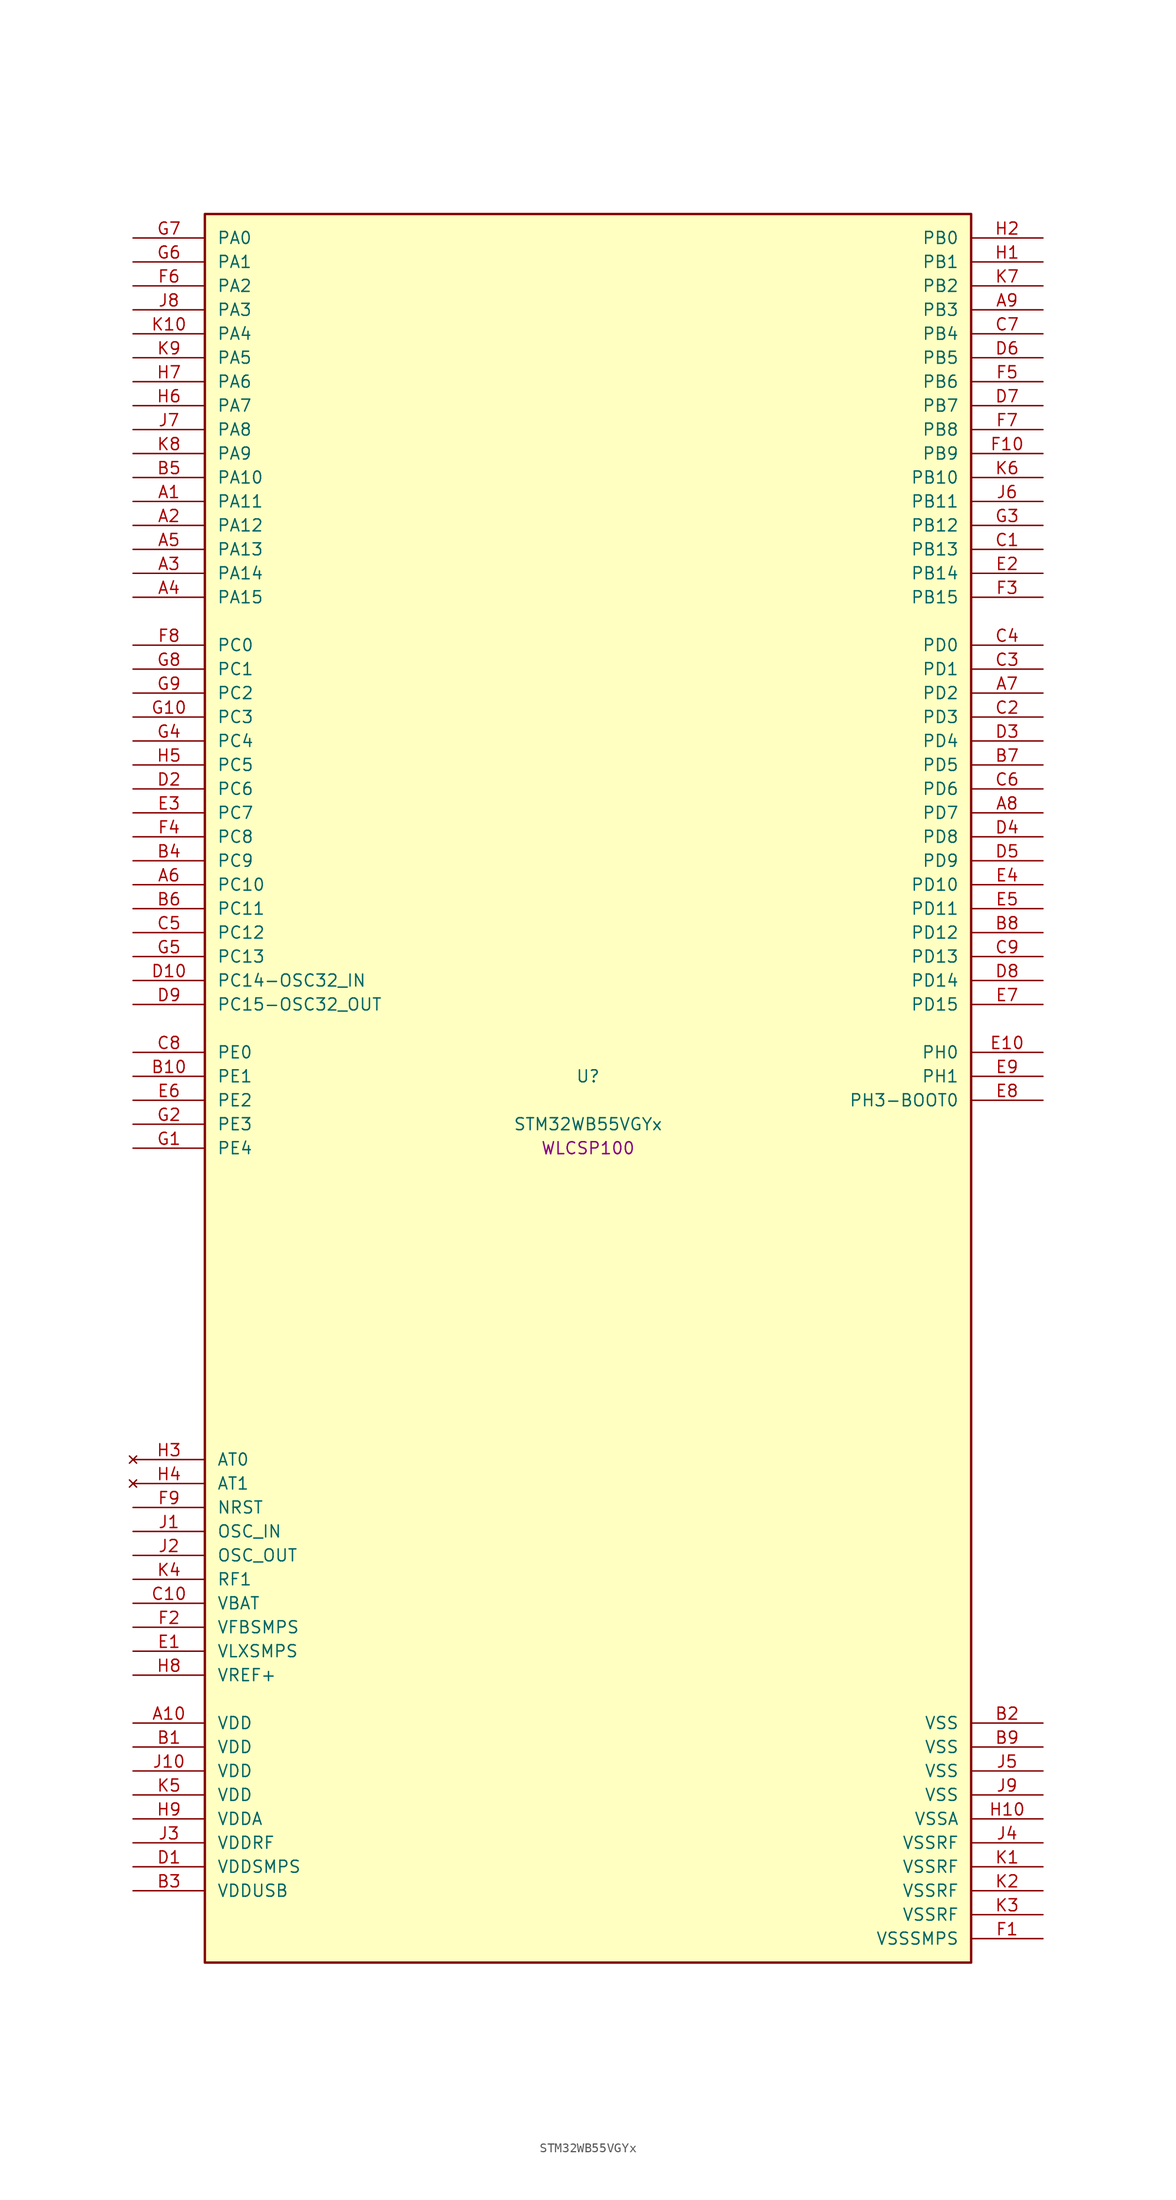
<source format=kicad_sym>
(kicad_symbol_lib
  (version 20241209)
  (generator "stm32_pkl_generator")
  (generator_version "1.0")
  (symbol "STM32WB55VGYx"
    (pin_names
      (offset 1.27))
    (property "Reference" "U"
      (at 0 2.54 0))
    (property "Value" "STM32WB55VGYx"
      (at 0 -2.54 0))
    (property "Footprint" "WLCSP100"
      (at 0 -5.08 0))
    (symbol "STM32WB55VGYx_1_1"
      (rectangle (start -40.64 93.98) (end 40.64 -91.44) (stroke (width 0.254) (type solid)) (fill (type background)))
      (pin bidirectional line (at -48.26 91.44 0) (length 7.62) (name "PA0") (number "G7") (alternate "PA0/ADC1_IN5" bidirectional line) (alternate "PA0/COMP1_INM" bidirectional line) (alternate "PA0/COMP1_OUT" bidirectional line) (alternate "PA0/RTC_TAMP2" bidirectional line) (alternate "PA0/SAI1_EXTCLK" bidirectional line) (alternate "PA0/SYS_WKUP1" bidirectional line) (alternate "PA0/TIM2_CH1" bidirectional line) (alternate "PA0/TIM2_ETR" bidirectional line))
      (pin bidirectional line (at -48.26 88.9 0) (length 7.62) (name "PA1") (number "G6") (alternate "PA1/ADC1_IN6" bidirectional line) (alternate "PA1/COMP1_INP" bidirectional line) (alternate "PA1/I2C1_SMBA" bidirectional line) (alternate "PA1/LCD_SEG0" bidirectional line) (alternate "PA1/SPI1_SCK" bidirectional line) (alternate "PA1/TIM2_CH2" bidirectional line))
      (pin bidirectional line (at -48.26 86.36 0) (length 7.62) (name "PA2") (number "F6") (alternate "PA2/ADC1_IN7" bidirectional line) (alternate "PA2/COMP2_INM" bidirectional line) (alternate "PA2/COMP2_OUT" bidirectional line) (alternate "PA2/LCD_SEG1" bidirectional line) (alternate "PA2/LPUART1_TX" bidirectional line) (alternate "PA2/QUADSPI_BK1_NCS" bidirectional line) (alternate "PA2/RCC_LSCO" bidirectional line) (alternate "PA2/SYS_WKUP4" bidirectional line) (alternate "PA2/TIM2_CH3" bidirectional line))
      (pin bidirectional line (at -48.26 83.82 0) (length 7.62) (name "PA3") (number "J8") (alternate "PA3/ADC1_IN8" bidirectional line) (alternate "PA3/COMP2_INP" bidirectional line) (alternate "PA3/LCD_SEG2" bidirectional line) (alternate "PA3/LPUART1_RX" bidirectional line) (alternate "PA3/QUADSPI_CLK" bidirectional line) (alternate "PA3/SAI1_CK1" bidirectional line) (alternate "PA3/SAI1_MCLK_A" bidirectional line) (alternate "PA3/TIM2_CH4" bidirectional line))
      (pin bidirectional line (at -48.26 81.28 0) (length 7.62) (name "PA4") (number "K10") (alternate "PA4/ADC1_IN9" bidirectional line) (alternate "PA4/COMP1_INM" bidirectional line) (alternate "PA4/COMP2_INM" bidirectional line) (alternate "PA4/LCD_SEG5" bidirectional line) (alternate "PA4/LPTIM2_OUT" bidirectional line) (alternate "PA4/SAI1_FS_B" bidirectional line) (alternate "PA4/SPI1_NSS" bidirectional line))
      (pin bidirectional line (at -48.26 78.74 0) (length 7.62) (name "PA5") (number "K9") (alternate "PA5/ADC1_IN10" bidirectional line) (alternate "PA5/COMP1_INM" bidirectional line) (alternate "PA5/COMP2_INM" bidirectional line) (alternate "PA5/LPTIM2_ETR" bidirectional line) (alternate "PA5/SAI1_SD_B" bidirectional line) (alternate "PA5/SPI1_SCK" bidirectional line) (alternate "PA5/TIM2_CH1" bidirectional line) (alternate "PA5/TIM2_ETR" bidirectional line))
      (pin bidirectional line (at -48.26 76.2 0) (length 7.62) (name "PA6") (number "H7") (alternate "PA6/ADC1_IN11" bidirectional line) (alternate "PA6/LCD_SEG3" bidirectional line) (alternate "PA6/LPUART1_CTS" bidirectional line) (alternate "PA6/QUADSPI_BK1_IO3" bidirectional line) (alternate "PA6/SPI1_MISO" bidirectional line) (alternate "PA6/TIM16_CH1" bidirectional line) (alternate "PA6/TIM1_BKIN" bidirectional line))
      (pin bidirectional line (at -48.26 73.66 0) (length 7.62) (name "PA7") (number "H6") (alternate "PA7/ADC1_IN12" bidirectional line) (alternate "PA7/COMP2_OUT" bidirectional line) (alternate "PA7/I2C3_SCL" bidirectional line) (alternate "PA7/LCD_SEG4" bidirectional line) (alternate "PA7/QUADSPI_BK1_IO2" bidirectional line) (alternate "PA7/SPI1_MOSI" bidirectional line) (alternate "PA7/TIM17_CH1" bidirectional line) (alternate "PA7/TIM1_CH1N" bidirectional line))
      (pin bidirectional line (at -48.26 71.12 0) (length 7.62) (name "PA8") (number "J7") (alternate "PA8/ADC1_IN15" bidirectional line) (alternate "PA8/LCD_COM0" bidirectional line) (alternate "PA8/LPTIM2_OUT" bidirectional line) (alternate "PA8/RCC_MCO" bidirectional line) (alternate "PA8/SAI1_CK2" bidirectional line) (alternate "PA8/SAI1_SCK_A" bidirectional line) (alternate "PA8/TIM1_CH1" bidirectional line) (alternate "PA8/USART1_CK" bidirectional line))
      (pin bidirectional line (at -48.26 68.58 0) (length 7.62) (name "PA9") (number "K8") (alternate "PA9/ADC1_IN16" bidirectional line) (alternate "PA9/COMP1_INM" bidirectional line) (alternate "PA9/I2C1_SCL" bidirectional line) (alternate "PA9/LCD_COM1" bidirectional line) (alternate "PA9/SAI1_D2" bidirectional line) (alternate "PA9/SAI1_FS_A" bidirectional line) (alternate "PA9/SPI2_SCK" bidirectional line) (alternate "PA9/TIM1_CH2" bidirectional line) (alternate "PA9/USART1_TX" bidirectional line))
      (pin bidirectional line (at -48.26 66.04 0) (length 7.62) (name "PA10") (number "B5") (alternate "PA10/CRS_SYNC" bidirectional line) (alternate "PA10/I2C1_SDA" bidirectional line) (alternate "PA10/LCD_COM2" bidirectional line) (alternate "PA10/SAI1_D1" bidirectional line) (alternate "PA10/SAI1_SD_A" bidirectional line) (alternate "PA10/TIM17_BKIN" bidirectional line) (alternate "PA10/TIM1_CH3" bidirectional line) (alternate "PA10/USART1_RX" bidirectional line))
      (pin bidirectional line (at -48.26 63.5 0) (length 7.62) (name "PA11") (number "A1") (alternate "PA11/ADC1_EXTI11" bidirectional line) (alternate "PA11/SPI1_MISO" bidirectional line) (alternate "PA11/TIM1_BKIN2" bidirectional line) (alternate "PA11/TIM1_CH4" bidirectional line) (alternate "PA11/USART1_CTS" bidirectional line) (alternate "PA11/USART1_NSS" bidirectional line) (alternate "PA11/USB_DM" bidirectional line))
      (pin bidirectional line (at -48.26 60.96 0) (length 7.62) (name "PA12") (number "A2") (alternate "PA12/LPUART1_RX" bidirectional line) (alternate "PA12/SPI1_MOSI" bidirectional line) (alternate "PA12/TIM1_ETR" bidirectional line) (alternate "PA12/USART1_DE" bidirectional line) (alternate "PA12/USART1_RTS" bidirectional line) (alternate "PA12/USB_DP" bidirectional line))
      (pin bidirectional line (at -48.26 58.42 0) (length 7.62) (name "PA13") (number "A5") (alternate "PA13/IR_OUT" bidirectional line) (alternate "PA13/SAI1_SD_B" bidirectional line) (alternate "PA13/SYS_JTMS-SWDIO" bidirectional line) (alternate "PA13/USB_NOE" bidirectional line))
      (pin bidirectional line (at -48.26 55.88 0) (length 7.62) (name "PA14") (number "A3") (alternate "PA14/I2C1_SMBA" bidirectional line) (alternate "PA14/LCD_SEG5" bidirectional line) (alternate "PA14/LPTIM1_OUT" bidirectional line) (alternate "PA14/SAI1_FS_B" bidirectional line) (alternate "PA14/SYS_JTCK-SWCLK" bidirectional line))
      (pin bidirectional line (at -48.26 53.34 0) (length 7.62) (name "PA15") (number "A4") (alternate "PA15/ADC1_EXTI15" bidirectional line) (alternate "PA15/LCD_SEG17" bidirectional line) (alternate "PA15/RCC_MCO" bidirectional line) (alternate "PA15/SPI1_NSS" bidirectional line) (alternate "PA15/SYS_JTDI" bidirectional line) (alternate "PA15/TIM2_CH1" bidirectional line) (alternate "PA15/TIM2_ETR" bidirectional line) (alternate "PA15/TSC_G3_IO1" bidirectional line))
      (pin bidirectional line (at 48.26 91.44 180) (length 7.62) (name "PB0") (number "H2") (alternate "PB0/COMP1_OUT" bidirectional line) (alternate "PB0/RF_TX_MOD_EXT_PA" bidirectional line))
      (pin bidirectional line (at 48.26 88.9 180) (length 7.62) (name "PB1") (number "H1") (alternate "PB1/LPTIM2_IN1" bidirectional line) (alternate "PB1/LPUART1_DE" bidirectional line) (alternate "PB1/LPUART1_RTS" bidirectional line))
      (pin bidirectional line (at 48.26 86.36 180) (length 7.62) (name "PB2") (number "K7") (alternate "PB2/COMP1_INP" bidirectional line) (alternate "PB2/I2C3_SMBA" bidirectional line) (alternate "PB2/LCD_VLCD" bidirectional line) (alternate "PB2/LPTIM1_OUT" bidirectional line) (alternate "PB2/RTC_OUT2" bidirectional line) (alternate "PB2/SAI1_EXTCLK" bidirectional line) (alternate "PB2/SPI1_NSS" bidirectional line))
      (pin bidirectional line (at 48.26 83.82 180) (length 7.62) (name "PB3") (number "A9") (alternate "PB3/COMP2_INM" bidirectional line) (alternate "PB3/LCD_SEG7" bidirectional line) (alternate "PB3/SAI1_SCK_B" bidirectional line) (alternate "PB3/SPI1_SCK" bidirectional line) (alternate "PB3/SYS_JTDO-SWO" bidirectional line) (alternate "PB3/TIM2_CH2" bidirectional line) (alternate "PB3/USART1_DE" bidirectional line) (alternate "PB3/USART1_RTS" bidirectional line))
      (pin bidirectional line (at 48.26 81.28 180) (length 7.62) (name "PB4") (number "C7") (alternate "PB4/COMP2_INP" bidirectional line) (alternate "PB4/I2C3_SDA" bidirectional line) (alternate "PB4/LCD_SEG8" bidirectional line) (alternate "PB4/SAI1_MCLK_B" bidirectional line) (alternate "PB4/SPI1_MISO" bidirectional line) (alternate "PB4/SYS_JTRST" bidirectional line) (alternate "PB4/TIM17_BKIN" bidirectional line) (alternate "PB4/TSC_G2_IO1" bidirectional line) (alternate "PB4/USART1_CTS" bidirectional line) (alternate "PB4/USART1_NSS" bidirectional line))
      (pin bidirectional line (at 48.26 78.74 180) (length 7.62) (name "PB5") (number "D6") (alternate "PB5/COMP2_OUT" bidirectional line) (alternate "PB5/I2C1_SMBA" bidirectional line) (alternate "PB5/LCD_SEG9" bidirectional line) (alternate "PB5/LPTIM1_IN1" bidirectional line) (alternate "PB5/LPUART1_TX" bidirectional line) (alternate "PB5/SAI1_SD_B" bidirectional line) (alternate "PB5/SPI1_MOSI" bidirectional line) (alternate "PB5/TIM16_BKIN" bidirectional line) (alternate "PB5/TSC_G2_IO2" bidirectional line) (alternate "PB5/USART1_CK" bidirectional line))
      (pin bidirectional line (at 48.26 76.2 180) (length 7.62) (name "PB6") (number "F5") (alternate "PB6/COMP2_INP" bidirectional line) (alternate "PB6/I2C1_SCL" bidirectional line) (alternate "PB6/LCD_SEG6" bidirectional line) (alternate "PB6/LPTIM1_ETR" bidirectional line) (alternate "PB6/RCC_MCO" bidirectional line) (alternate "PB6/SAI1_FS_B" bidirectional line) (alternate "PB6/TIM16_CH1N" bidirectional line) (alternate "PB6/TSC_G2_IO3" bidirectional line) (alternate "PB6/USART1_TX" bidirectional line))
      (pin bidirectional line (at 48.26 73.66 180) (length 7.62) (name "PB7") (number "D7") (alternate "PB7/COMP2_INM" bidirectional line) (alternate "PB7/I2C1_SDA" bidirectional line) (alternate "PB7/LCD_SEG21" bidirectional line) (alternate "PB7/LPTIM1_IN2" bidirectional line) (alternate "PB7/SYS_PVD_IN" bidirectional line) (alternate "PB7/TIM17_CH1N" bidirectional line) (alternate "PB7/TIM1_BKIN" bidirectional line) (alternate "PB7/TSC_G2_IO4" bidirectional line) (alternate "PB7/USART1_RX" bidirectional line))
      (pin bidirectional line (at 48.26 71.12 180) (length 7.62) (name "PB8") (number "F7") (alternate "PB8/I2C1_SCL" bidirectional line) (alternate "PB8/LCD_SEG16" bidirectional line) (alternate "PB8/QUADSPI_BK1_IO1" bidirectional line) (alternate "PB8/SAI1_CK1" bidirectional line) (alternate "PB8/SAI1_MCLK_A" bidirectional line) (alternate "PB8/TIM16_CH1" bidirectional line) (alternate "PB8/TIM1_CH2N" bidirectional line))
      (pin bidirectional line (at 48.26 68.58 180) (length 7.62) (name "PB9") (number "F10") (alternate "PB9/I2C1_SDA" bidirectional line) (alternate "PB9/IR_OUT" bidirectional line) (alternate "PB9/LCD_COM3" bidirectional line) (alternate "PB9/QUADSPI_BK1_IO0" bidirectional line) (alternate "PB9/SAI1_D2" bidirectional line) (alternate "PB9/SAI1_FS_A" bidirectional line) (alternate "PB9/SPI2_NSS" bidirectional line) (alternate "PB9/TIM17_CH1" bidirectional line) (alternate "PB9/TIM1_CH3N" bidirectional line) (alternate "PB9/TSC_G7_IO4" bidirectional line))
      (pin bidirectional line (at 48.26 66.04 180) (length 7.62) (name "PB10") (number "K6") (alternate "PB10/COMP1_OUT" bidirectional line) (alternate "PB10/I2C3_SCL" bidirectional line) (alternate "PB10/LCD_SEG10" bidirectional line) (alternate "PB10/LPUART1_RX" bidirectional line) (alternate "PB10/QUADSPI_CLK" bidirectional line) (alternate "PB10/SAI1_SCK_A" bidirectional line) (alternate "PB10/SPI2_SCK" bidirectional line) (alternate "PB10/TIM2_CH3" bidirectional line) (alternate "PB10/TSC_SYNC" bidirectional line))
      (pin bidirectional line (at 48.26 63.5 180) (length 7.62) (name "PB11") (number "J6") (alternate "PB11/ADC1_EXTI11" bidirectional line) (alternate "PB11/COMP2_OUT" bidirectional line) (alternate "PB11/I2C3_SDA" bidirectional line) (alternate "PB11/LCD_SEG11" bidirectional line) (alternate "PB11/LPUART1_TX" bidirectional line) (alternate "PB11/QUADSPI_BK1_NCS" bidirectional line) (alternate "PB11/TIM2_CH4" bidirectional line))
      (pin bidirectional line (at 48.26 60.96 180) (length 7.62) (name "PB12") (number "G3") (alternate "PB12/I2C3_SMBA" bidirectional line) (alternate "PB12/LCD_SEG12" bidirectional line) (alternate "PB12/LPUART1_DE" bidirectional line) (alternate "PB12/LPUART1_RTS" bidirectional line) (alternate "PB12/SAI1_FS_A" bidirectional line) (alternate "PB12/SPI2_NSS" bidirectional line) (alternate "PB12/TIM1_BKIN" bidirectional line) (alternate "PB12/TSC_G1_IO1" bidirectional line))
      (pin bidirectional line (at 48.26 58.42 180) (length 7.62) (name "PB13") (number "C1") (alternate "PB13/I2C3_SCL" bidirectional line) (alternate "PB13/LCD_SEG13" bidirectional line) (alternate "PB13/LPUART1_CTS" bidirectional line) (alternate "PB13/SAI1_SCK_A" bidirectional line) (alternate "PB13/SPI2_SCK" bidirectional line) (alternate "PB13/TIM1_CH1N" bidirectional line) (alternate "PB13/TSC_G1_IO2" bidirectional line))
      (pin bidirectional line (at 48.26 55.88 180) (length 7.62) (name "PB14") (number "E2") (alternate "PB14/I2C3_SDA" bidirectional line) (alternate "PB14/LCD_SEG14" bidirectional line) (alternate "PB14/SAI1_MCLK_A" bidirectional line) (alternate "PB14/SPI2_MISO" bidirectional line) (alternate "PB14/TIM1_CH2N" bidirectional line) (alternate "PB14/TSC_G1_IO3" bidirectional line))
      (pin bidirectional line (at 48.26 53.34 180) (length 7.62) (name "PB15") (number "F3") (alternate "PB15/ADC1_EXTI15" bidirectional line) (alternate "PB15/LCD_SEG15" bidirectional line) (alternate "PB15/RTC_REFIN" bidirectional line) (alternate "PB15/SAI1_SD_A" bidirectional line) (alternate "PB15/SPI2_MOSI" bidirectional line) (alternate "PB15/TIM1_CH3N" bidirectional line) (alternate "PB15/TSC_G1_IO4" bidirectional line))
      (pin bidirectional line (at -48.26 48.26 0) (length 7.62) (name "PC0") (number "F8") (alternate "PC0/ADC1_IN1" bidirectional line) (alternate "PC0/I2C3_SCL" bidirectional line) (alternate "PC0/LCD_SEG18" bidirectional line) (alternate "PC0/LPTIM1_IN1" bidirectional line) (alternate "PC0/LPTIM2_IN1" bidirectional line) (alternate "PC0/LPUART1_RX" bidirectional line))
      (pin bidirectional line (at -48.26 45.72 0) (length 7.62) (name "PC1") (number "G8") (alternate "PC1/ADC1_IN2" bidirectional line) (alternate "PC1/I2C3_SDA" bidirectional line) (alternate "PC1/LCD_SEG19" bidirectional line) (alternate "PC1/LPTIM1_OUT" bidirectional line) (alternate "PC1/LPUART1_TX" bidirectional line) (alternate "PC1/SPI2_MOSI" bidirectional line))
      (pin bidirectional line (at -48.26 43.18 0) (length 7.62) (name "PC2") (number "G9") (alternate "PC2/ADC1_IN3" bidirectional line) (alternate "PC2/LCD_SEG20" bidirectional line) (alternate "PC2/LPTIM1_IN2" bidirectional line) (alternate "PC2/SPI2_MISO" bidirectional line))
      (pin bidirectional line (at -48.26 40.64 0) (length 7.62) (name "PC3") (number "G10") (alternate "PC3/ADC1_IN4" bidirectional line) (alternate "PC3/LCD_VLCD" bidirectional line) (alternate "PC3/LPTIM1_ETR" bidirectional line) (alternate "PC3/LPTIM2_ETR" bidirectional line) (alternate "PC3/SAI1_D1" bidirectional line) (alternate "PC3/SAI1_SD_A" bidirectional line) (alternate "PC3/SPI2_MOSI" bidirectional line))
      (pin bidirectional line (at -48.26 38.1 0) (length 7.62) (name "PC4") (number "G4") (alternate "PC4/ADC1_IN13" bidirectional line) (alternate "PC4/COMP1_INM" bidirectional line) (alternate "PC4/LCD_SEG22" bidirectional line))
      (pin bidirectional line (at -48.26 35.56 0) (length 7.62) (name "PC5") (number "H5") (alternate "PC5/ADC1_IN14" bidirectional line) (alternate "PC5/COMP1_INP" bidirectional line) (alternate "PC5/LCD_SEG23" bidirectional line) (alternate "PC5/SAI1_D3" bidirectional line) (alternate "PC5/SYS_WKUP5" bidirectional line))
      (pin bidirectional line (at -48.26 33.02 0) (length 7.62) (name "PC6") (number "D2") (alternate "PC6/LCD_SEG24" bidirectional line) (alternate "PC6/TSC_G4_IO1" bidirectional line))
      (pin bidirectional line (at -48.26 30.48 0) (length 7.62) (name "PC7") (number "E3") (alternate "PC7/LCD_SEG25" bidirectional line) (alternate "PC7/TSC_G4_IO2" bidirectional line))
      (pin bidirectional line (at -48.26 27.94 0) (length 7.62) (name "PC8") (number "F4") (alternate "PC8/LCD_SEG26" bidirectional line) (alternate "PC8/TSC_G4_IO3" bidirectional line))
      (pin bidirectional line (at -48.26 25.4 0) (length 7.62) (name "PC9") (number "B4") (alternate "PC9/LCD_SEG27" bidirectional line) (alternate "PC9/SAI1_SCK_B" bidirectional line) (alternate "PC9/TIM1_BKIN" bidirectional line) (alternate "PC9/TSC_G4_IO4" bidirectional line) (alternate "PC9/USB_NOE" bidirectional line))
      (pin bidirectional line (at -48.26 22.86 0) (length 7.62) (name "PC10") (number "A6") (alternate "PC10/LCD_COM4" bidirectional line) (alternate "PC10/LCD_SEG28" bidirectional line) (alternate "PC10/LCD_SEG40" bidirectional line) (alternate "PC10/SYS_TRACED1" bidirectional line) (alternate "PC10/TSC_G3_IO2" bidirectional line))
      (pin bidirectional line (at -48.26 20.32 0) (length 7.62) (name "PC11") (number "B6") (alternate "PC11/ADC1_EXTI11" bidirectional line) (alternate "PC11/LCD_COM5" bidirectional line) (alternate "PC11/LCD_SEG29" bidirectional line) (alternate "PC11/LCD_SEG41" bidirectional line) (alternate "PC11/TSC_G3_IO3" bidirectional line))
      (pin bidirectional line (at -48.26 17.78 0) (length 7.62) (name "PC12") (number "C5") (alternate "PC12/LCD_COM6" bidirectional line) (alternate "PC12/LCD_SEG30" bidirectional line) (alternate "PC12/LCD_SEG42" bidirectional line) (alternate "PC12/RCC_LSCO" bidirectional line) (alternate "PC12/RTC_TAMP3" bidirectional line) (alternate "PC12/SYS_TRACED3" bidirectional line) (alternate "PC12/SYS_WKUP3" bidirectional line) (alternate "PC12/TSC_G3_IO4" bidirectional line))
      (pin bidirectional line (at -48.26 15.24 0) (length 7.62) (name "PC13") (number "G5") (alternate "PC13/RTC_OUT1" bidirectional line) (alternate "PC13/RTC_TAMP1" bidirectional line) (alternate "PC13/RTC_TS" bidirectional line) (alternate "PC13/SYS_WKUP2" bidirectional line))
      (pin bidirectional line (at -48.26 12.7 0) (length 7.62) (name "PC14-OSC32_IN") (number "D10") (alternate "PC14-OSC32_IN/RCC_OSC32_IN" bidirectional line))
      (pin bidirectional line (at -48.26 10.16 0) (length 7.62) (name "PC15-OSC32_OUT") (number "D9") (alternate "PC15-OSC32_OUT/ADC1_EXTI15" bidirectional line) (alternate "PC15-OSC32_OUT/RCC_OSC32_OUT" bidirectional line))
      (pin bidirectional line (at 48.26 48.26 180) (length 7.62) (name "PD0") (number "C4") (alternate "PD0/SPI2_NSS" bidirectional line))
      (pin bidirectional line (at 48.26 45.72 180) (length 7.62) (name "PD1") (number "C3") (alternate "PD1/SPI2_SCK" bidirectional line))
      (pin bidirectional line (at 48.26 43.18 180) (length 7.62) (name "PD2") (number "A7") (alternate "PD2/LCD_COM7" bidirectional line) (alternate "PD2/LCD_SEG31" bidirectional line) (alternate "PD2/LCD_SEG43" bidirectional line) (alternate "PD2/SYS_TRACED2" bidirectional line) (alternate "PD2/TSC_SYNC" bidirectional line))
      (pin bidirectional line (at 48.26 40.64 180) (length 7.62) (name "PD3") (number "C2") (alternate "PD3/QUADSPI_BK1_NCS" bidirectional line) (alternate "PD3/SPI2_MISO" bidirectional line) (alternate "PD3/SPI2_SCK" bidirectional line))
      (pin bidirectional line (at 48.26 38.1 180) (length 7.62) (name "PD4") (number "D3") (alternate "PD4/QUADSPI_BK1_IO0" bidirectional line) (alternate "PD4/SPI2_MOSI" bidirectional line) (alternate "PD4/TSC_G5_IO1" bidirectional line))
      (pin bidirectional line (at 48.26 35.56 180) (length 7.62) (name "PD5") (number "B7") (alternate "PD5/QUADSPI_BK1_IO1" bidirectional line) (alternate "PD5/SAI1_MCLK_B" bidirectional line) (alternate "PD5/TSC_G5_IO2" bidirectional line))
      (pin bidirectional line (at 48.26 33.02 180) (length 7.62) (name "PD6") (number "C6") (alternate "PD6/QUADSPI_BK1_IO2" bidirectional line) (alternate "PD6/SAI1_D1" bidirectional line) (alternate "PD6/SAI1_SD_A" bidirectional line) (alternate "PD6/TSC_G5_IO3" bidirectional line))
      (pin bidirectional line (at 48.26 30.48 180) (length 7.62) (name "PD7") (number "A8") (alternate "PD7/LCD_SEG39" bidirectional line) (alternate "PD7/QUADSPI_BK1_IO3" bidirectional line) (alternate "PD7/TSC_G5_IO4" bidirectional line))
      (pin bidirectional line (at 48.26 27.94 180) (length 7.62) (name "PD8") (number "D4") (alternate "PD8/LCD_SEG28" bidirectional line) (alternate "PD8/TIM1_BKIN2" bidirectional line))
      (pin bidirectional line (at 48.26 25.4 180) (length 7.62) (name "PD9") (number "D5") (alternate "PD9/LCD_SEG29" bidirectional line) (alternate "PD9/SYS_TRACED0" bidirectional line))
      (pin bidirectional line (at 48.26 22.86 180) (length 7.62) (name "PD10") (number "E4") (alternate "PD10/LCD_SEG30" bidirectional line) (alternate "PD10/SYS_TRIG_INOUT" bidirectional line) (alternate "PD10/TSC_G6_IO1" bidirectional line))
      (pin bidirectional line (at 48.26 20.32 180) (length 7.62) (name "PD11") (number "E5") (alternate "PD11/ADC1_EXTI11" bidirectional line) (alternate "PD11/LCD_SEG31" bidirectional line) (alternate "PD11/LPTIM2_ETR" bidirectional line) (alternate "PD11/TSC_G6_IO2" bidirectional line))
      (pin bidirectional line (at 48.26 17.78 180) (length 7.62) (name "PD12") (number "B8") (alternate "PD12/LCD_SEG32" bidirectional line) (alternate "PD12/LPTIM2_IN1" bidirectional line) (alternate "PD12/TSC_G6_IO3" bidirectional line))
      (pin bidirectional line (at 48.26 15.24 180) (length 7.62) (name "PD13") (number "C9") (alternate "PD13/LCD_SEG33" bidirectional line) (alternate "PD13/LPTIM2_OUT" bidirectional line) (alternate "PD13/TSC_G6_IO4" bidirectional line))
      (pin bidirectional line (at 48.26 12.7 180) (length 7.62) (name "PD14") (number "D8") (alternate "PD14/LCD_SEG34" bidirectional line) (alternate "PD14/TIM1_CH1" bidirectional line))
      (pin bidirectional line (at 48.26 10.16 180) (length 7.62) (name "PD15") (number "E7") (alternate "PD15/ADC1_EXTI15" bidirectional line) (alternate "PD15/LCD_SEG35" bidirectional line) (alternate "PD15/TIM1_CH2" bidirectional line))
      (pin bidirectional line (at -48.26 5.08 0) (length 7.62) (name "PE0") (number "C8") (alternate "PE0/LCD_SEG36" bidirectional line) (alternate "PE0/TIM16_CH1" bidirectional line) (alternate "PE0/TIM1_ETR" bidirectional line) (alternate "PE0/TSC_G7_IO3" bidirectional line))
      (pin bidirectional line (at -48.26 2.54 0) (length 7.62) (name "PE1") (number "B10") (alternate "PE1/LCD_SEG37" bidirectional line) (alternate "PE1/TIM17_CH1" bidirectional line) (alternate "PE1/TSC_G7_IO2" bidirectional line))
      (pin bidirectional line (at -48.26 0 0) (length 7.62) (name "PE2") (number "E6") (alternate "PE2/LCD_SEG38" bidirectional line) (alternate "PE2/SAI1_CK1" bidirectional line) (alternate "PE2/SAI1_MCLK_A" bidirectional line) (alternate "PE2/SYS_TRACECLK" bidirectional line) (alternate "PE2/TSC_G7_IO1" bidirectional line))
      (pin bidirectional line (at -48.26 -2.54 0) (length 7.62) (name "PE3") (number "G2"))
      (pin bidirectional line (at -48.26 -5.08 0) (length 7.62) (name "PE4") (number "G1"))
      (pin bidirectional line (at 48.26 5.08 180) (length 7.62) (name "PH0") (number "E10"))
      (pin bidirectional line (at 48.26 2.54 180) (length 7.62) (name "PH1") (number "E9"))
      (pin bidirectional line (at 48.26 0 180) (length 7.62) (name "PH3-BOOT0") (number "E8") (alternate "PH3-BOOT0/RCC_LSCO" bidirectional line))
      (pin no_connect line (at -48.26 -38.1 0) (length 7.62) (name "AT0") (number "H3"))
      (pin no_connect line (at -48.26 -40.64 0) (length 7.62) (name "AT1") (number "H4"))
      (pin input line (at -48.26 -43.18 0) (length 7.62) (name "NRST") (number "F9"))
      (pin bidirectional line (at -48.26 -45.72 0) (length 7.62) (name "OSC_IN") (number "J1") (alternate "OSC_IN/RCC_OSC_IN" bidirectional line))
      (pin bidirectional line (at -48.26 -48.26 0) (length 7.62) (name "OSC_OUT") (number "J2") (alternate "OSC_OUT/RCC_OSC_OUT" bidirectional line))
      (pin bidirectional line (at -48.26 -50.8 0) (length 7.62) (name "RF1") (number "K4") (alternate "RF1/RF_RF1" bidirectional line))
      (pin power_in line (at -48.26 -53.34 0) (length 7.62) (name "VBAT") (number "C10"))
      (pin power_in line (at -48.26 -55.88 0) (length 7.62) (name "VFBSMPS") (number "F2"))
      (pin power_in line (at -48.26 -58.42 0) (length 7.62) (name "VLXSMPS") (number "E1"))
      (pin bidirectional line (at -48.26 -60.96 0) (length 7.62) (name "VREF+") (number "H8") (alternate "VREF+/VREFBUF_OUT" bidirectional line))
      (pin power_in line (at -48.26 -66.04 0) (length 7.62) (name "VDD") (number "A10"))
      (pin power_in line (at -48.26 -68.58 0) (length 7.62) (name "VDD") (number "B1"))
      (pin power_in line (at -48.26 -71.12 0) (length 7.62) (name "VDD") (number "J10"))
      (pin power_in line (at -48.26 -73.66 0) (length 7.62) (name "VDD") (number "K5"))
      (pin power_in line (at -48.26 -76.2 0) (length 7.62) (name "VDDA") (number "H9"))
      (pin power_in line (at -48.26 -78.74 0) (length 7.62) (name "VDDRF") (number "J3"))
      (pin power_in line (at -48.26 -81.28 0) (length 7.62) (name "VDDSMPS") (number "D1"))
      (pin power_in line (at -48.26 -83.82 0) (length 7.62) (name "VDDUSB") (number "B3"))
      (pin power_in line (at 48.26 -66.04 180) (length 7.62) (name "VSS") (number "B2"))
      (pin power_in line (at 48.26 -68.58 180) (length 7.62) (name "VSS") (number "B9"))
      (pin power_in line (at 48.26 -71.12 180) (length 7.62) (name "VSS") (number "J5"))
      (pin power_in line (at 48.26 -73.66 180) (length 7.62) (name "VSS") (number "J9"))
      (pin power_in line (at 48.26 -76.2 180) (length 7.62) (name "VSSA") (number "H10"))
      (pin power_in line (at 48.26 -78.74 180) (length 7.62) (name "VSSRF") (number "J4"))
      (pin power_in line (at 48.26 -81.28 180) (length 7.62) (name "VSSRF") (number "K1"))
      (pin power_in line (at 48.26 -83.82 180) (length 7.62) (name "VSSRF") (number "K2"))
      (pin power_in line (at 48.26 -86.36 180) (length 7.62) (name "VSSRF") (number "K3"))
      (pin power_in line (at 48.26 -88.9 180) (length 7.62) (name "VSSSMPS") (number "F1")))))
</source>
